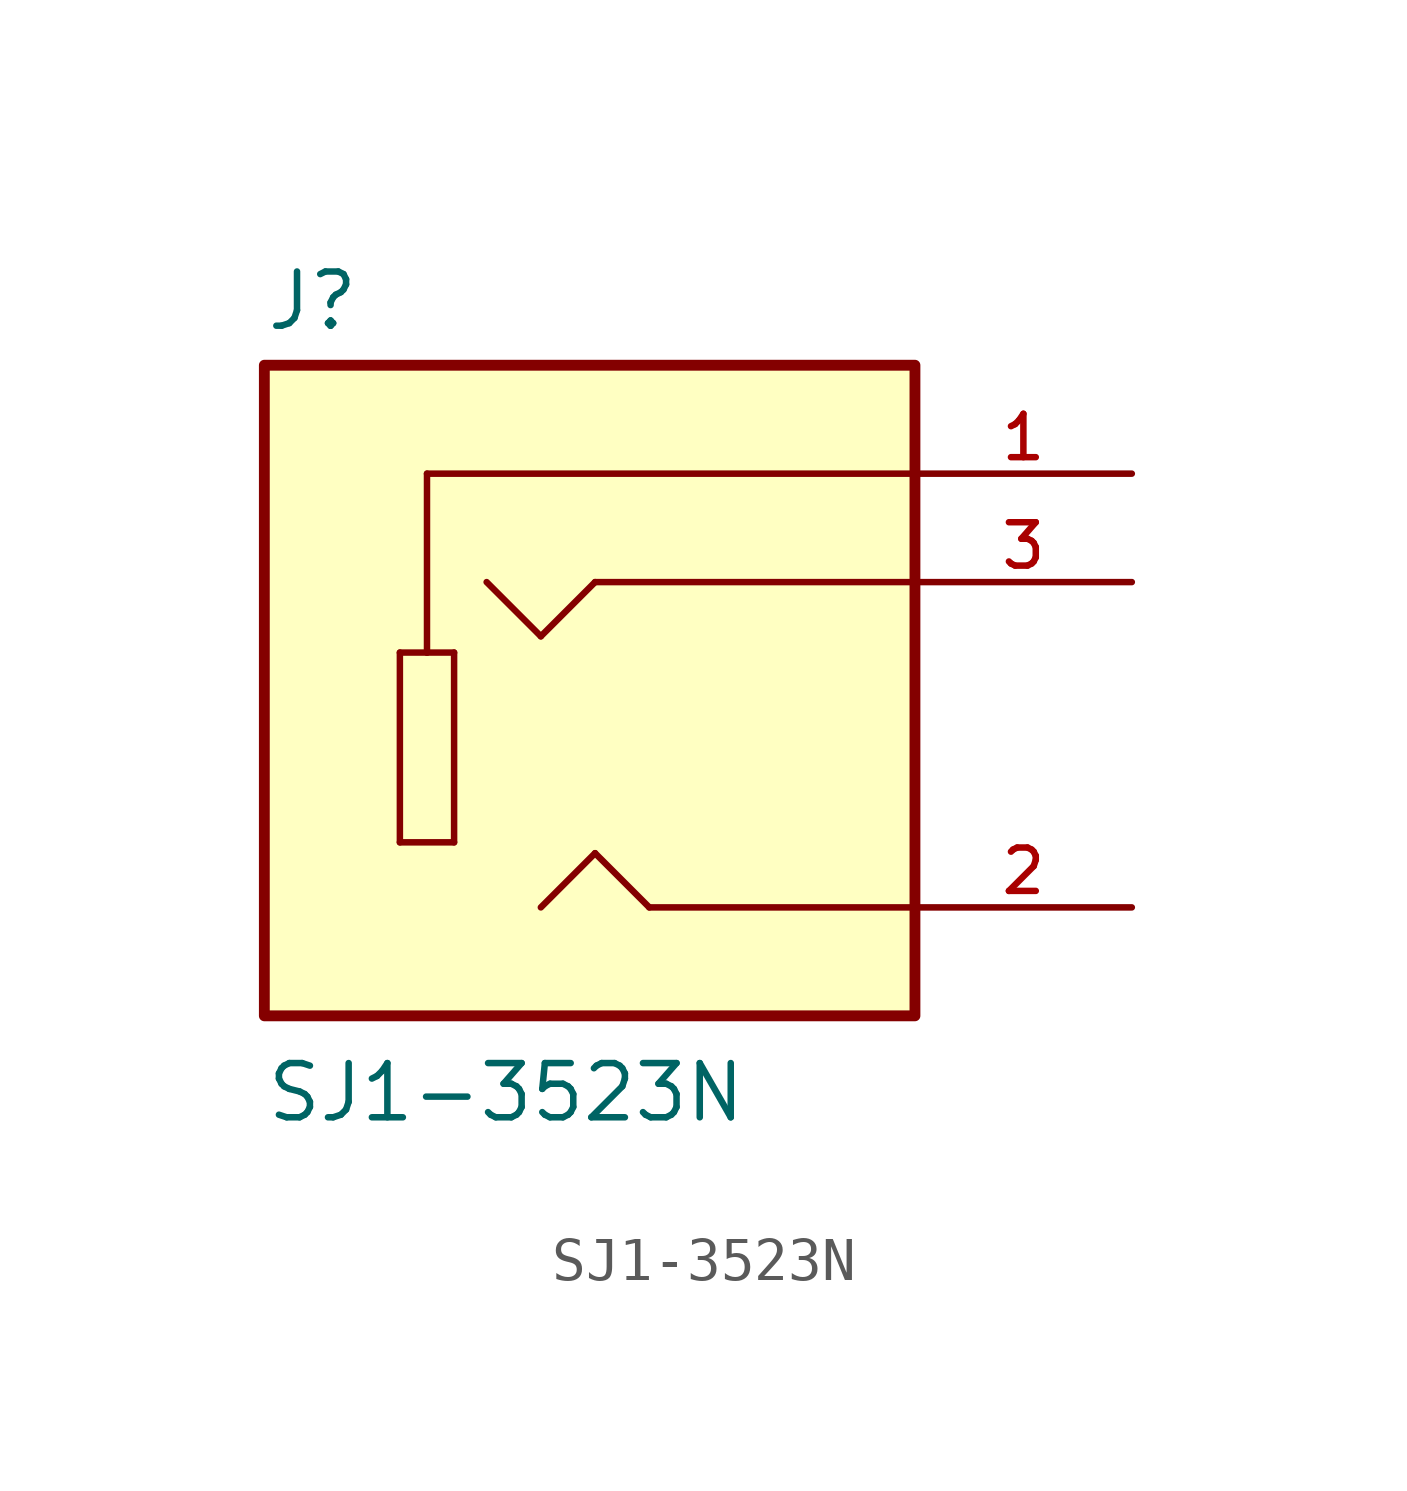
<source format=kicad_sym>
(kicad_symbol_lib
  (version 20241209)
  (generator "kicad_symbol_editor")
  (generator_version "9.0")
  (symbol "SJ1-3523N"
    (pin_names
      (offset 1.016))
    (property "Reference" "J"
      (at -7.62 8.382 0)
      (effects (font (size 1.27 1.27)) (justify left bottom)))
    (property "Value" "SJ1-3523N"
      (at -7.62 -10.16 0)
      (effects (font (size 1.27 1.27)) (justify left bottom)))
    (symbol "SJ1-3523N_0_0"
      (rectangle (start -7.62 -7.62) (end 7.62 7.62) (stroke (width 0.254) (type default)) (fill (type background)))
      (polyline (pts (xy -4.445 0.889) (xy -3.81 0.889)) (stroke (width 0.152) (type default)) (fill (type none)))
      (polyline (pts (xy -4.445 -3.556) (xy -4.445 0.889)) (stroke (width 0.152) (type default)) (fill (type none)))
      (polyline (pts (xy -3.81 5.08) (xy -3.81 0.889)) (stroke (width 0.152) (type default)) (fill (type none)))
      (polyline (pts (xy -3.81 0.889) (xy -3.175 0.889)) (stroke (width 0.152) (type default)) (fill (type none)))
      (polyline (pts (xy -3.175 0.889) (xy -3.175 -3.556)) (stroke (width 0.152) (type default)) (fill (type none)))
      (polyline (pts (xy -3.175 -3.556) (xy -4.445 -3.556)) (stroke (width 0.152) (type default)) (fill (type none)))
      (polyline (pts (xy -1.143 1.27) (xy -2.413 2.54)) (stroke (width 0.152) (type default)) (fill (type none)))
      (polyline (pts (xy 0.127 2.54) (xy -1.143 1.27)) (stroke (width 0.152) (type default)) (fill (type none)))
      (polyline (pts (xy 0.127 -3.81) (xy -1.143 -5.08)) (stroke (width 0.152) (type default)) (fill (type none)))
      (polyline (pts (xy 1.397 -5.08) (xy 0.127 -3.81)) (stroke (width 0.152) (type default)) (fill (type none)))
      (polyline (pts (xy 7.62 5.08) (xy -3.81 5.08)) (stroke (width 0.152) (type default)) (fill (type none)))
      (polyline (pts (xy 7.62 2.54) (xy 0.127 2.54)) (stroke (width 0.152) (type default)) (fill (type none)))
      (polyline (pts (xy 7.62 -5.08) (xy 1.397 -5.08)) (stroke (width 0.152) (type default)) (fill (type none)))
      (pin passive line (at 12.7 5.08 180) (length 5.08) (name "~" (effects (font (size 1.016 1.016)))) (number "1" (effects (font (size 1.016 1.016)))))
      (pin passive line (at 12.7 2.54 180) (length 5.08) (name "~" (effects (font (size 1.016 1.016)))) (number "3" (effects (font (size 1.016 1.016)))))
      (pin passive line (at 12.7 -5.08 180) (length 5.08) (name "~" (effects (font (size 1.016 1.016)))) (number "2" (effects (font (size 1.016 1.016))))))))
</source>
